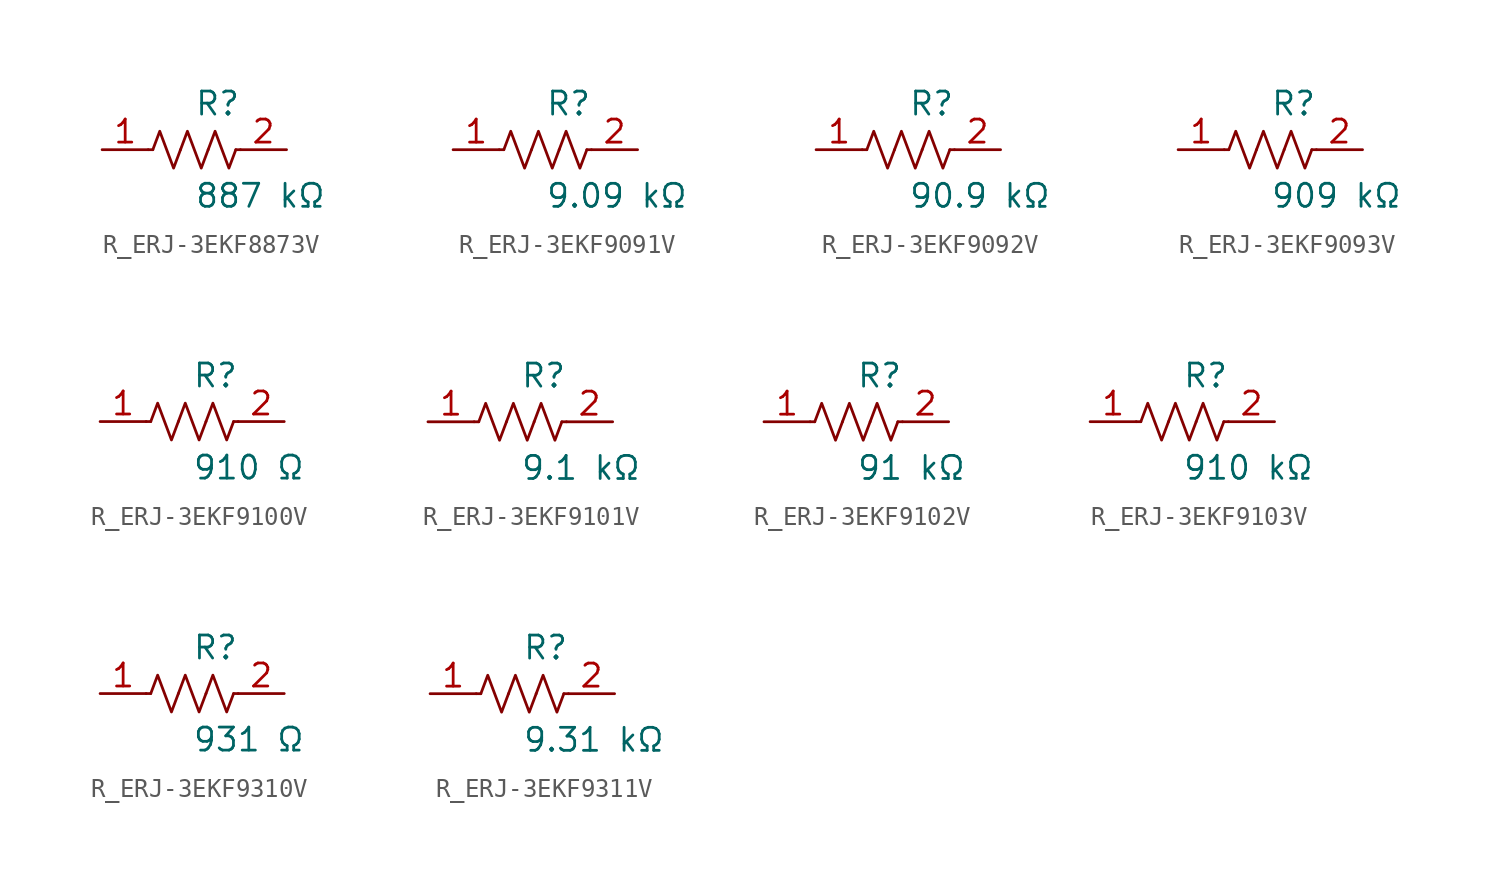
<source format=kicad_sym>
(kicad_symbol_lib
  (version 20231120)
  (generator kicad_symbol_editor)
  (generator_version 8.0)
  (symbol "R_ERJ-3EKF8873V"
    (pin_names
      (offset 0.254))
    (property "Reference" "R"
      (at 0.0 2.54 0)
      (effects (font (size 1.27 1.27)) (justify left)))
    (property "Value" "887 kΩ"
      (at 0.0 -2.54 0)
      (effects (font (size 1.27 1.27)) (justify left)))
    (symbol "R_ERJ-3EKF8873V_0_1"
      (polyline (pts (xy 2.286 0) (xy 2.54 0)) (stroke (width 0) (type default)) (fill (type none)))
      (polyline (pts (xy -2.286 0) (xy -2.54 0)) (stroke (width 0) (type default)) (fill (type none)))
      (polyline (pts (xy 0.762 0) (xy 1.143 1.016) (xy 1.524 0) (xy 1.905 -1.016) (xy 2.286 0)) (stroke (width 0) (type default)) (fill (type none)))
      (polyline (pts (xy -0.762 0) (xy -0.381 1.016) (xy 0 0) (xy 0.381 -1.016) (xy 0.762 0)) (stroke (width 0) (type default)) (fill (type none)))
      (polyline (pts (xy -2.286 0) (xy -1.905 1.016) (xy -1.524 0) (xy -1.143 -1.016) (xy -0.762 0)) (stroke (width 0) (type default)) (fill (type none))))
    (pin unspecified line
      (at -5.08 0 0)
      (length 2.54)
      (name "" (effects (font (size 1.27 1.27))))
      (number "1" (effects (font (size 1.27 1.27)))))
    (pin unspecified line
      (at 5.08 0 180)
      (length 2.54)
      (name "" (effects (font (size 1.27 1.27))))
      (number "2" (effects (font (size 1.27 1.27))))))
  (symbol "R_ERJ-3EKF9091V"
    (pin_names
      (offset 0.254))
    (property "Reference" "R"
      (at 0.0 2.54 0)
      (effects (font (size 1.27 1.27)) (justify left)))
    (property "Value" "9.09 kΩ"
      (at 0.0 -2.54 0)
      (effects (font (size 1.27 1.27)) (justify left)))
    (symbol "R_ERJ-3EKF9091V_0_1"
      (polyline (pts (xy 2.286 0) (xy 2.54 0)) (stroke (width 0) (type default)) (fill (type none)))
      (polyline (pts (xy -2.286 0) (xy -2.54 0)) (stroke (width 0) (type default)) (fill (type none)))
      (polyline (pts (xy 0.762 0) (xy 1.143 1.016) (xy 1.524 0) (xy 1.905 -1.016) (xy 2.286 0)) (stroke (width 0) (type default)) (fill (type none)))
      (polyline (pts (xy -0.762 0) (xy -0.381 1.016) (xy 0 0) (xy 0.381 -1.016) (xy 0.762 0)) (stroke (width 0) (type default)) (fill (type none)))
      (polyline (pts (xy -2.286 0) (xy -1.905 1.016) (xy -1.524 0) (xy -1.143 -1.016) (xy -0.762 0)) (stroke (width 0) (type default)) (fill (type none))))
    (pin unspecified line
      (at -5.08 0 0)
      (length 2.54)
      (name "" (effects (font (size 1.27 1.27))))
      (number "1" (effects (font (size 1.27 1.27)))))
    (pin unspecified line
      (at 5.08 0 180)
      (length 2.54)
      (name "" (effects (font (size 1.27 1.27))))
      (number "2" (effects (font (size 1.27 1.27))))))
  (symbol "R_ERJ-3EKF9092V"
    (pin_names
      (offset 0.254))
    (property "Reference" "R"
      (at 0.0 2.54 0)
      (effects (font (size 1.27 1.27)) (justify left)))
    (property "Value" "90.9 kΩ"
      (at 0.0 -2.54 0)
      (effects (font (size 1.27 1.27)) (justify left)))
    (symbol "R_ERJ-3EKF9092V_0_1"
      (polyline (pts (xy 2.286 0) (xy 2.54 0)) (stroke (width 0) (type default)) (fill (type none)))
      (polyline (pts (xy -2.286 0) (xy -2.54 0)) (stroke (width 0) (type default)) (fill (type none)))
      (polyline (pts (xy 0.762 0) (xy 1.143 1.016) (xy 1.524 0) (xy 1.905 -1.016) (xy 2.286 0)) (stroke (width 0) (type default)) (fill (type none)))
      (polyline (pts (xy -0.762 0) (xy -0.381 1.016) (xy 0 0) (xy 0.381 -1.016) (xy 0.762 0)) (stroke (width 0) (type default)) (fill (type none)))
      (polyline (pts (xy -2.286 0) (xy -1.905 1.016) (xy -1.524 0) (xy -1.143 -1.016) (xy -0.762 0)) (stroke (width 0) (type default)) (fill (type none))))
    (pin unspecified line
      (at -5.08 0 0)
      (length 2.54)
      (name "" (effects (font (size 1.27 1.27))))
      (number "1" (effects (font (size 1.27 1.27)))))
    (pin unspecified line
      (at 5.08 0 180)
      (length 2.54)
      (name "" (effects (font (size 1.27 1.27))))
      (number "2" (effects (font (size 1.27 1.27))))))
  (symbol "R_ERJ-3EKF9093V"
    (pin_names
      (offset 0.254))
    (property "Reference" "R"
      (at 0.0 2.54 0)
      (effects (font (size 1.27 1.27)) (justify left)))
    (property "Value" "909 kΩ"
      (at 0.0 -2.54 0)
      (effects (font (size 1.27 1.27)) (justify left)))
    (symbol "R_ERJ-3EKF9093V_0_1"
      (polyline (pts (xy 2.286 0) (xy 2.54 0)) (stroke (width 0) (type default)) (fill (type none)))
      (polyline (pts (xy -2.286 0) (xy -2.54 0)) (stroke (width 0) (type default)) (fill (type none)))
      (polyline (pts (xy 0.762 0) (xy 1.143 1.016) (xy 1.524 0) (xy 1.905 -1.016) (xy 2.286 0)) (stroke (width 0) (type default)) (fill (type none)))
      (polyline (pts (xy -0.762 0) (xy -0.381 1.016) (xy 0 0) (xy 0.381 -1.016) (xy 0.762 0)) (stroke (width 0) (type default)) (fill (type none)))
      (polyline (pts (xy -2.286 0) (xy -1.905 1.016) (xy -1.524 0) (xy -1.143 -1.016) (xy -0.762 0)) (stroke (width 0) (type default)) (fill (type none))))
    (pin unspecified line
      (at -5.08 0 0)
      (length 2.54)
      (name "" (effects (font (size 1.27 1.27))))
      (number "1" (effects (font (size 1.27 1.27)))))
    (pin unspecified line
      (at 5.08 0 180)
      (length 2.54)
      (name "" (effects (font (size 1.27 1.27))))
      (number "2" (effects (font (size 1.27 1.27))))))
  (symbol "R_ERJ-3EKF9100V"
    (pin_names
      (offset 0.254))
    (property "Reference" "R"
      (at 0.0 2.54 0)
      (effects (font (size 1.27 1.27)) (justify left)))
    (property "Value" "910 Ω"
      (at 0.0 -2.54 0)
      (effects (font (size 1.27 1.27)) (justify left)))
    (symbol "R_ERJ-3EKF9100V_0_1"
      (polyline (pts (xy 2.286 0) (xy 2.54 0)) (stroke (width 0) (type default)) (fill (type none)))
      (polyline (pts (xy -2.286 0) (xy -2.54 0)) (stroke (width 0) (type default)) (fill (type none)))
      (polyline (pts (xy 0.762 0) (xy 1.143 1.016) (xy 1.524 0) (xy 1.905 -1.016) (xy 2.286 0)) (stroke (width 0) (type default)) (fill (type none)))
      (polyline (pts (xy -0.762 0) (xy -0.381 1.016) (xy 0 0) (xy 0.381 -1.016) (xy 0.762 0)) (stroke (width 0) (type default)) (fill (type none)))
      (polyline (pts (xy -2.286 0) (xy -1.905 1.016) (xy -1.524 0) (xy -1.143 -1.016) (xy -0.762 0)) (stroke (width 0) (type default)) (fill (type none))))
    (pin unspecified line
      (at -5.08 0 0)
      (length 2.54)
      (name "" (effects (font (size 1.27 1.27))))
      (number "1" (effects (font (size 1.27 1.27)))))
    (pin unspecified line
      (at 5.08 0 180)
      (length 2.54)
      (name "" (effects (font (size 1.27 1.27))))
      (number "2" (effects (font (size 1.27 1.27))))))
  (symbol "R_ERJ-3EKF9101V"
    (pin_names
      (offset 0.254))
    (property "Reference" "R"
      (at 0.0 2.54 0)
      (effects (font (size 1.27 1.27)) (justify left)))
    (property "Value" "9.1 kΩ"
      (at 0.0 -2.54 0)
      (effects (font (size 1.27 1.27)) (justify left)))
    (symbol "R_ERJ-3EKF9101V_0_1"
      (polyline (pts (xy 2.286 0) (xy 2.54 0)) (stroke (width 0) (type default)) (fill (type none)))
      (polyline (pts (xy -2.286 0) (xy -2.54 0)) (stroke (width 0) (type default)) (fill (type none)))
      (polyline (pts (xy 0.762 0) (xy 1.143 1.016) (xy 1.524 0) (xy 1.905 -1.016) (xy 2.286 0)) (stroke (width 0) (type default)) (fill (type none)))
      (polyline (pts (xy -0.762 0) (xy -0.381 1.016) (xy 0 0) (xy 0.381 -1.016) (xy 0.762 0)) (stroke (width 0) (type default)) (fill (type none)))
      (polyline (pts (xy -2.286 0) (xy -1.905 1.016) (xy -1.524 0) (xy -1.143 -1.016) (xy -0.762 0)) (stroke (width 0) (type default)) (fill (type none))))
    (pin unspecified line
      (at -5.08 0 0)
      (length 2.54)
      (name "" (effects (font (size 1.27 1.27))))
      (number "1" (effects (font (size 1.27 1.27)))))
    (pin unspecified line
      (at 5.08 0 180)
      (length 2.54)
      (name "" (effects (font (size 1.27 1.27))))
      (number "2" (effects (font (size 1.27 1.27))))))
  (symbol "R_ERJ-3EKF9102V"
    (pin_names
      (offset 0.254))
    (property "Reference" "R"
      (at 0.0 2.54 0)
      (effects (font (size 1.27 1.27)) (justify left)))
    (property "Value" "91 kΩ"
      (at 0.0 -2.54 0)
      (effects (font (size 1.27 1.27)) (justify left)))
    (symbol "R_ERJ-3EKF9102V_0_1"
      (polyline (pts (xy 2.286 0) (xy 2.54 0)) (stroke (width 0) (type default)) (fill (type none)))
      (polyline (pts (xy -2.286 0) (xy -2.54 0)) (stroke (width 0) (type default)) (fill (type none)))
      (polyline (pts (xy 0.762 0) (xy 1.143 1.016) (xy 1.524 0) (xy 1.905 -1.016) (xy 2.286 0)) (stroke (width 0) (type default)) (fill (type none)))
      (polyline (pts (xy -0.762 0) (xy -0.381 1.016) (xy 0 0) (xy 0.381 -1.016) (xy 0.762 0)) (stroke (width 0) (type default)) (fill (type none)))
      (polyline (pts (xy -2.286 0) (xy -1.905 1.016) (xy -1.524 0) (xy -1.143 -1.016) (xy -0.762 0)) (stroke (width 0) (type default)) (fill (type none))))
    (pin unspecified line
      (at -5.08 0 0)
      (length 2.54)
      (name "" (effects (font (size 1.27 1.27))))
      (number "1" (effects (font (size 1.27 1.27)))))
    (pin unspecified line
      (at 5.08 0 180)
      (length 2.54)
      (name "" (effects (font (size 1.27 1.27))))
      (number "2" (effects (font (size 1.27 1.27))))))
  (symbol "R_ERJ-3EKF9103V"
    (pin_names
      (offset 0.254))
    (property "Reference" "R"
      (at 0.0 2.54 0)
      (effects (font (size 1.27 1.27)) (justify left)))
    (property "Value" "910 kΩ"
      (at 0.0 -2.54 0)
      (effects (font (size 1.27 1.27)) (justify left)))
    (symbol "R_ERJ-3EKF9103V_0_1"
      (polyline (pts (xy 2.286 0) (xy 2.54 0)) (stroke (width 0) (type default)) (fill (type none)))
      (polyline (pts (xy -2.286 0) (xy -2.54 0)) (stroke (width 0) (type default)) (fill (type none)))
      (polyline (pts (xy 0.762 0) (xy 1.143 1.016) (xy 1.524 0) (xy 1.905 -1.016) (xy 2.286 0)) (stroke (width 0) (type default)) (fill (type none)))
      (polyline (pts (xy -0.762 0) (xy -0.381 1.016) (xy 0 0) (xy 0.381 -1.016) (xy 0.762 0)) (stroke (width 0) (type default)) (fill (type none)))
      (polyline (pts (xy -2.286 0) (xy -1.905 1.016) (xy -1.524 0) (xy -1.143 -1.016) (xy -0.762 0)) (stroke (width 0) (type default)) (fill (type none))))
    (pin unspecified line
      (at -5.08 0 0)
      (length 2.54)
      (name "" (effects (font (size 1.27 1.27))))
      (number "1" (effects (font (size 1.27 1.27)))))
    (pin unspecified line
      (at 5.08 0 180)
      (length 2.54)
      (name "" (effects (font (size 1.27 1.27))))
      (number "2" (effects (font (size 1.27 1.27))))))
  (symbol "R_ERJ-3EKF9310V"
    (pin_names
      (offset 0.254))
    (property "Reference" "R"
      (at 0.0 2.54 0)
      (effects (font (size 1.27 1.27)) (justify left)))
    (property "Value" "931 Ω"
      (at 0.0 -2.54 0)
      (effects (font (size 1.27 1.27)) (justify left)))
    (symbol "R_ERJ-3EKF9310V_0_1"
      (polyline (pts (xy 2.286 0) (xy 2.54 0)) (stroke (width 0) (type default)) (fill (type none)))
      (polyline (pts (xy -2.286 0) (xy -2.54 0)) (stroke (width 0) (type default)) (fill (type none)))
      (polyline (pts (xy 0.762 0) (xy 1.143 1.016) (xy 1.524 0) (xy 1.905 -1.016) (xy 2.286 0)) (stroke (width 0) (type default)) (fill (type none)))
      (polyline (pts (xy -0.762 0) (xy -0.381 1.016) (xy 0 0) (xy 0.381 -1.016) (xy 0.762 0)) (stroke (width 0) (type default)) (fill (type none)))
      (polyline (pts (xy -2.286 0) (xy -1.905 1.016) (xy -1.524 0) (xy -1.143 -1.016) (xy -0.762 0)) (stroke (width 0) (type default)) (fill (type none))))
    (pin unspecified line
      (at -5.08 0 0)
      (length 2.54)
      (name "" (effects (font (size 1.27 1.27))))
      (number "1" (effects (font (size 1.27 1.27)))))
    (pin unspecified line
      (at 5.08 0 180)
      (length 2.54)
      (name "" (effects (font (size 1.27 1.27))))
      (number "2" (effects (font (size 1.27 1.27))))))
  (symbol "R_ERJ-3EKF9311V"
    (pin_names
      (offset 0.254))
    (property "Reference" "R"
      (at 0.0 2.54 0)
      (effects (font (size 1.27 1.27)) (justify left)))
    (property "Value" "9.31 kΩ"
      (at 0.0 -2.54 0)
      (effects (font (size 1.27 1.27)) (justify left)))
    (symbol "R_ERJ-3EKF9311V_0_1"
      (polyline (pts (xy 2.286 0) (xy 2.54 0)) (stroke (width 0) (type default)) (fill (type none)))
      (polyline (pts (xy -2.286 0) (xy -2.54 0)) (stroke (width 0) (type default)) (fill (type none)))
      (polyline (pts (xy 0.762 0) (xy 1.143 1.016) (xy 1.524 0) (xy 1.905 -1.016) (xy 2.286 0)) (stroke (width 0) (type default)) (fill (type none)))
      (polyline (pts (xy -0.762 0) (xy -0.381 1.016) (xy 0 0) (xy 0.381 -1.016) (xy 0.762 0)) (stroke (width 0) (type default)) (fill (type none)))
      (polyline (pts (xy -2.286 0) (xy -1.905 1.016) (xy -1.524 0) (xy -1.143 -1.016) (xy -0.762 0)) (stroke (width 0) (type default)) (fill (type none))))
    (pin unspecified line
      (at -5.08 0 0)
      (length 2.54)
      (name "" (effects (font (size 1.27 1.27))))
      (number "1" (effects (font (size 1.27 1.27)))))
    (pin unspecified line
      (at 5.08 0 180)
      (length 2.54)
      (name "" (effects (font (size 1.27 1.27))))
      (number "2" (effects (font (size 1.27 1.27)))))))
</source>
